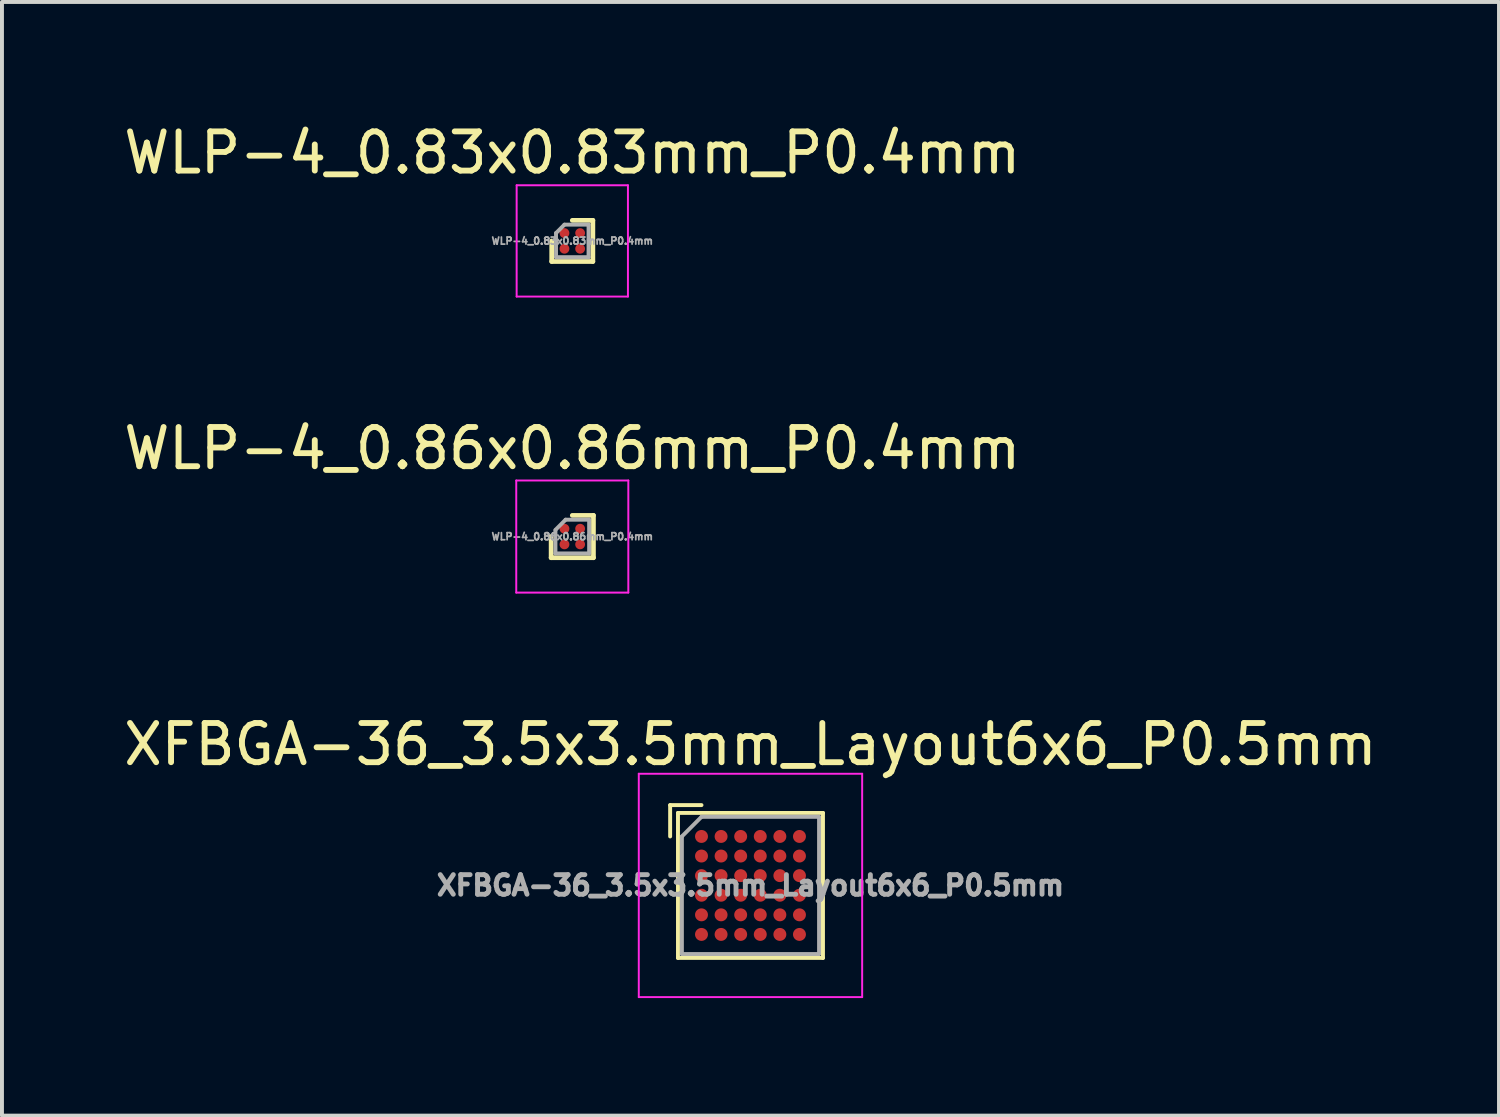
<source format=kicad_pcb>
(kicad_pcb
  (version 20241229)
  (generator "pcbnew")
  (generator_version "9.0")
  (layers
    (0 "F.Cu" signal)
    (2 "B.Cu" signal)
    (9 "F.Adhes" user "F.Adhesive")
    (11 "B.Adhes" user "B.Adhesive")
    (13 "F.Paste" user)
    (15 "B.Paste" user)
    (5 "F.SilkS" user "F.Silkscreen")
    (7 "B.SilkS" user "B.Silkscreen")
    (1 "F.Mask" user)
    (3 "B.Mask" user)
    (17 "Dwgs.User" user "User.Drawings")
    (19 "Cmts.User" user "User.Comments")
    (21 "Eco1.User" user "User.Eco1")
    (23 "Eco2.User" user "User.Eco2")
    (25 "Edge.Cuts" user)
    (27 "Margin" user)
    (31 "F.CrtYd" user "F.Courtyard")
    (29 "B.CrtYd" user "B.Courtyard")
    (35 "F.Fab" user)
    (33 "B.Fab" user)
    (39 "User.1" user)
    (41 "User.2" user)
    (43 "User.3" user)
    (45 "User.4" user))
  (footprint "XFBGA-36_3.5x3.5mm_Layout6x6_P0.5mm"
    (layer "F.Cu")
    (at 16.101 19.545)
    (property "Reference" "XFBGA-36_3.5x3.5mm_Layout6x6_P0.5mm" (at 0 -3.6 0) (layer "F.SilkS") (effects (font (size 1 1) (thickness 0.15))))
    (attr smd)
    (fp_line (start -2.05 -2.05) (end -2.05 -1.25) (stroke (width 0.1) (type solid)) (layer "F.SilkS"))
    (fp_line (start -1.85 -1.85) (end 1.85 -1.85) (stroke (width 0.1) (type solid)) (layer "F.SilkS"))
    (fp_line (start -1.85 1.85) (end -1.85 -1.85) (stroke (width 0.1) (type solid)) (layer "F.SilkS"))
    (fp_line (start -1.85 1.85) (end 1.85 1.85) (stroke (width 0.1) (type solid)) (layer "F.SilkS"))
    (fp_line (start -1.25 -2.05) (end -2.05 -2.05) (stroke (width 0.1) (type solid)) (layer "F.SilkS"))
    (fp_line (start 1.85 1.85) (end 1.85 -1.85) (stroke (width 0.1) (type solid)) (layer "F.SilkS"))
    (fp_line (start -2.85 -2.85) (end 2.85 -2.85) (stroke (width 0.05) (type solid)) (layer "F.CrtYd"))
    (fp_line (start -2.85 2.85) (end -2.85 -2.85) (stroke (width 0.05) (type solid)) (layer "F.CrtYd"))
    (fp_line (start -2.85 2.85) (end 2.85 2.85) (stroke (width 0.05) (type solid)) (layer "F.CrtYd"))
    (fp_line (start 2.85 2.85) (end 2.85 -2.85) (stroke (width 0.05) (type solid)) (layer "F.CrtYd"))
    (fp_line (start -1.75 -1.25) (end -1.25 -1.75) (stroke (width 0.1) (type solid)) (layer "F.Fab"))
    (fp_line (start -1.75 1.75) (end -1.75 -1.25) (stroke (width 0.1) (type solid)) (layer "F.Fab"))
    (fp_line (start -1.75 1.75) (end 1.75 1.75) (stroke (width 0.1) (type solid)) (layer "F.Fab"))
    (fp_line (start -1.25 -1.75) (end 1.75 -1.75) (stroke (width 0.1) (type solid)) (layer "F.Fab"))
    (fp_line (start 1.75 1.75) (end 1.75 -1.75) (stroke (width 0.1) (type solid)) (layer "F.Fab"))
    (fp_text user "${REFERENCE}" (at 0 0 0) (layer "F.Fab") (effects (font (size 0.5 0.5) (thickness 0.125))))
    (pad "A1" smd circle (at -1.25 -1.25) (size 0.33 0.33) (layers "F.Cu" "F.Mask" "F.Paste"))
    (pad "A2" smd circle (at -0.75 -1.25) (size 0.33 0.33) (layers "F.Cu" "F.Mask" "F.Paste"))
    (pad "A3" smd circle (at -0.25 -1.25) (size 0.33 0.33) (layers "F.Cu" "F.Mask" "F.Paste"))
    (pad "A4" smd circle (at 0.25 -1.25) (size 0.33 0.33) (layers "F.Cu" "F.Mask" "F.Paste"))
    (pad "A5" smd circle (at 0.75 -1.25) (size 0.33 0.33) (layers "F.Cu" "F.Mask" "F.Paste"))
    (pad "A6" smd circle (at 1.25 -1.25) (size 0.33 0.33) (layers "F.Cu" "F.Mask" "F.Paste"))
    (pad "B1" smd circle (at -1.25 -0.75) (size 0.33 0.33) (layers "F.Cu" "F.Mask" "F.Paste"))
    (pad "B2" smd circle (at -0.75 -0.75) (size 0.33 0.33) (layers "F.Cu" "F.Mask" "F.Paste"))
    (pad "B3" smd circle (at -0.25 -0.75) (size 0.33 0.33) (layers "F.Cu" "F.Mask" "F.Paste"))
    (pad "B4" smd circle (at 0.25 -0.75) (size 0.33 0.33) (layers "F.Cu" "F.Mask" "F.Paste"))
    (pad "B5" smd circle (at 0.75 -0.75) (size 0.33 0.33) (layers "F.Cu" "F.Mask" "F.Paste"))
    (pad "B6" smd circle (at 1.25 -0.75) (size 0.33 0.33) (layers "F.Cu" "F.Mask" "F.Paste"))
    (pad "C1" smd circle (at -1.25 -0.25) (size 0.33 0.33) (layers "F.Cu" "F.Mask" "F.Paste"))
    (pad "C2" smd circle (at -0.75 -0.25) (size 0.33 0.33) (layers "F.Cu" "F.Mask" "F.Paste"))
    (pad "C3" smd circle (at -0.25 -0.25) (size 0.33 0.33) (layers "F.Cu" "F.Mask" "F.Paste"))
    (pad "C4" smd circle (at 0.25 -0.25) (size 0.33 0.33) (layers "F.Cu" "F.Mask" "F.Paste"))
    (pad "C5" smd circle (at 0.75 -0.25) (size 0.33 0.33) (layers "F.Cu" "F.Mask" "F.Paste"))
    (pad "C6" smd circle (at 1.25 -0.25) (size 0.33 0.33) (layers "F.Cu" "F.Mask" "F.Paste"))
    (pad "D1" smd circle (at -1.25 0.25) (size 0.33 0.33) (layers "F.Cu" "F.Mask" "F.Paste"))
    (pad "D2" smd circle (at -0.75 0.25) (size 0.33 0.33) (layers "F.Cu" "F.Mask" "F.Paste"))
    (pad "D3" smd circle (at -0.25 0.25) (size 0.33 0.33) (layers "F.Cu" "F.Mask" "F.Paste"))
    (pad "D4" smd circle (at 0.25 0.25) (size 0.33 0.33) (layers "F.Cu" "F.Mask" "F.Paste"))
    (pad "D5" smd circle (at 0.75 0.25) (size 0.33 0.33) (layers "F.Cu" "F.Mask" "F.Paste"))
    (pad "D6" smd circle (at 1.25 0.25) (size 0.33 0.33) (layers "F.Cu" "F.Mask" "F.Paste"))
    (pad "E1" smd circle (at -1.25 0.75) (size 0.33 0.33) (layers "F.Cu" "F.Mask" "F.Paste"))
    (pad "E2" smd circle (at -0.75 0.75) (size 0.33 0.33) (layers "F.Cu" "F.Mask" "F.Paste"))
    (pad "E3" smd circle (at -0.25 0.75) (size 0.33 0.33) (layers "F.Cu" "F.Mask" "F.Paste"))
    (pad "E4" smd circle (at 0.25 0.75) (size 0.33 0.33) (layers "F.Cu" "F.Mask" "F.Paste"))
    (pad "E5" smd circle (at 0.75 0.75) (size 0.33 0.33) (layers "F.Cu" "F.Mask" "F.Paste"))
    (pad "E6" smd circle (at 1.25 0.75) (size 0.33 0.33) (layers "F.Cu" "F.Mask" "F.Paste"))
    (pad "F1" smd circle (at -1.25 1.25) (size 0.33 0.33) (layers "F.Cu" "F.Mask" "F.Paste"))
    (pad "F2" smd circle (at -0.75 1.25) (size 0.33 0.33) (layers "F.Cu" "F.Mask" "F.Paste"))
    (pad "F3" smd circle (at -0.25 1.25) (size 0.33 0.33) (layers "F.Cu" "F.Mask" "F.Paste"))
    (pad "F4" smd circle (at 0.25 1.25) (size 0.33 0.33) (layers "F.Cu" "F.Mask" "F.Paste"))
    (pad "F5" smd circle (at 0.75 1.25) (size 0.33 0.33) (layers "F.Cu" "F.Mask" "F.Paste"))
    (pad "F6" smd circle (at 1.25 1.25) (size 0.33 0.33) (layers "F.Cu" "F.Mask" "F.Paste")))
  (footprint "WLP-4_0.86x0.86mm_P0.4mm"
    (layer "F.Cu")
    (at 11.554 10.642)
    (property "Reference" "WLP-4_0.86x0.86mm_P0.4mm" (at 0 -2.25 0) (layer "F.SilkS") (effects (font (size 1 1) (thickness 0.15))))
    (attr smd)
    (fp_line (start -0.54 0) (end -0.54 0.54) (stroke (width 0.12) (type solid)) (layer "F.SilkS"))
    (fp_line (start -0.54 0.54) (end 0.54 0.54) (stroke (width 0.12) (type solid)) (layer "F.SilkS"))
    (fp_line (start 0.54 -0.54) (end 0 -0.54) (stroke (width 0.12) (type solid)) (layer "F.SilkS"))
    (fp_line (start 0.54 0.54) (end 0.54 -0.54) (stroke (width 0.12) (type solid)) (layer "F.SilkS"))
    (fp_line (start -1.43 -1.43) (end 1.43 -1.43) (stroke (width 0.05) (type solid)) (layer "F.CrtYd"))
    (fp_line (start -1.43 1.43) (end -1.43 -1.43) (stroke (width 0.05) (type solid)) (layer "F.CrtYd"))
    (fp_line (start 1.43 -1.43) (end 1.43 1.43) (stroke (width 0.05) (type solid)) (layer "F.CrtYd"))
    (fp_line (start 1.43 1.43) (end -1.43 1.43) (stroke (width 0.05) (type solid)) (layer "F.CrtYd"))
    (fp_line (start -0.43 -0.16) (end -0.43 0.43) (stroke (width 0.1) (type solid)) (layer "F.Fab"))
    (fp_line (start -0.17 -0.43) (end -0.43 -0.17) (stroke (width 0.1) (type solid)) (layer "F.Fab"))
    (fp_line (start 0.43 -0.43) (end -0.17 -0.43) (stroke (width 0.1) (type solid)) (layer "F.Fab"))
    (fp_line (start 0.43 -0.43) (end 0.43 0.43) (stroke (width 0.1) (type solid)) (layer "F.Fab"))
    (fp_line (start 0.43 0.43) (end -0.43 0.43) (stroke (width 0.1) (type solid)) (layer "F.Fab"))
    (fp_text user "${REFERENCE}" (at 0 0 0) (layer "F.Fab") (effects (font (size 0.18 0.18) (thickness 0.045))))
    (pad "A1" smd circle (at -0.2 -0.2) (size 0.25 0.25) (layers "F.Cu" "F.Mask" "F.Paste"))
    (pad "A2" smd circle (at 0.2 -0.2) (size 0.25 0.25) (layers "F.Cu" "F.Mask" "F.Paste"))
    (pad "B1" smd circle (at -0.2 0.2) (size 0.25 0.25) (layers "F.Cu" "F.Mask" "F.Paste"))
    (pad "B2" smd circle (at 0.2 0.2) (size 0.25 0.25) (layers "F.Cu" "F.Mask" "F.Paste")))
  (footprint "WLP-4_0.83x0.83mm_P0.4mm"
    (layer "F.Cu")
    (at 11.554 3.098)
    (property "Reference" "WLP-4_0.83x0.83mm_P0.4mm" (at 0 -2.25 0) (layer "F.SilkS") (effects (font (size 1 1) (thickness 0.15))))
    (attr smd)
    (fp_line (start -0.525 0) (end -0.525 0.525) (stroke (width 0.12) (type solid)) (layer "F.SilkS"))
    (fp_line (start -0.525 0.525) (end 0.525 0.525) (stroke (width 0.12) (type solid)) (layer "F.SilkS"))
    (fp_line (start 0.525 -0.525) (end 0 -0.525) (stroke (width 0.12) (type solid)) (layer "F.SilkS"))
    (fp_line (start 0.525 0.525) (end 0.525 -0.525) (stroke (width 0.12) (type solid)) (layer "F.SilkS"))
    (fp_line (start -1.42 -1.42) (end 1.42 -1.42) (stroke (width 0.05) (type solid)) (layer "F.CrtYd"))
    (fp_line (start -1.42 1.42) (end -1.42 -1.42) (stroke (width 0.05) (type solid)) (layer "F.CrtYd"))
    (fp_line (start 1.42 -1.42) (end 1.42 1.42) (stroke (width 0.05) (type solid)) (layer "F.CrtYd"))
    (fp_line (start 1.42 1.42) (end -1.42 1.42) (stroke (width 0.05) (type solid)) (layer "F.CrtYd"))
    (fp_line (start -0.415 -0.2) (end -0.415 0.415) (stroke (width 0.1) (type solid)) (layer "F.Fab"))
    (fp_line (start -0.2 -0.415) (end -0.415 -0.2) (stroke (width 0.1) (type solid)) (layer "F.Fab"))
    (fp_line (start 0.415 -0.415) (end -0.2 -0.415) (stroke (width 0.1) (type solid)) (layer "F.Fab"))
    (fp_line (start 0.415 -0.415) (end 0.415 0.415) (stroke (width 0.1) (type solid)) (layer "F.Fab"))
    (fp_line (start 0.415 0.415) (end -0.415 0.415) (stroke (width 0.1) (type solid)) (layer "F.Fab"))
    (fp_text user "${REFERENCE}" (at 0 0 0) (layer "F.Fab") (effects (font (size 0.18 0.18) (thickness 0.045))))
    (pad "A1" smd circle (at -0.2 -0.2) (size 0.25 0.25) (layers "F.Cu" "F.Mask" "F.Paste"))
    (pad "A2" smd circle (at 0.2 -0.2) (size 0.25 0.25) (layers "F.Cu" "F.Mask" "F.Paste"))
    (pad "B1" smd circle (at -0.2 0.2) (size 0.25 0.25) (layers "F.Cu" "F.Mask" "F.Paste"))
    (pad "B2" smd circle (at 0.2 0.2) (size 0.25 0.25) (layers "F.Cu" "F.Mask" "F.Paste")))
  (gr_rect
    (start -3 -3)
    (end 35.202 25.42)
    (stroke (width 0.1) (type default))
    (fill no)
    (layer "Edge.Cuts")))
</source>
